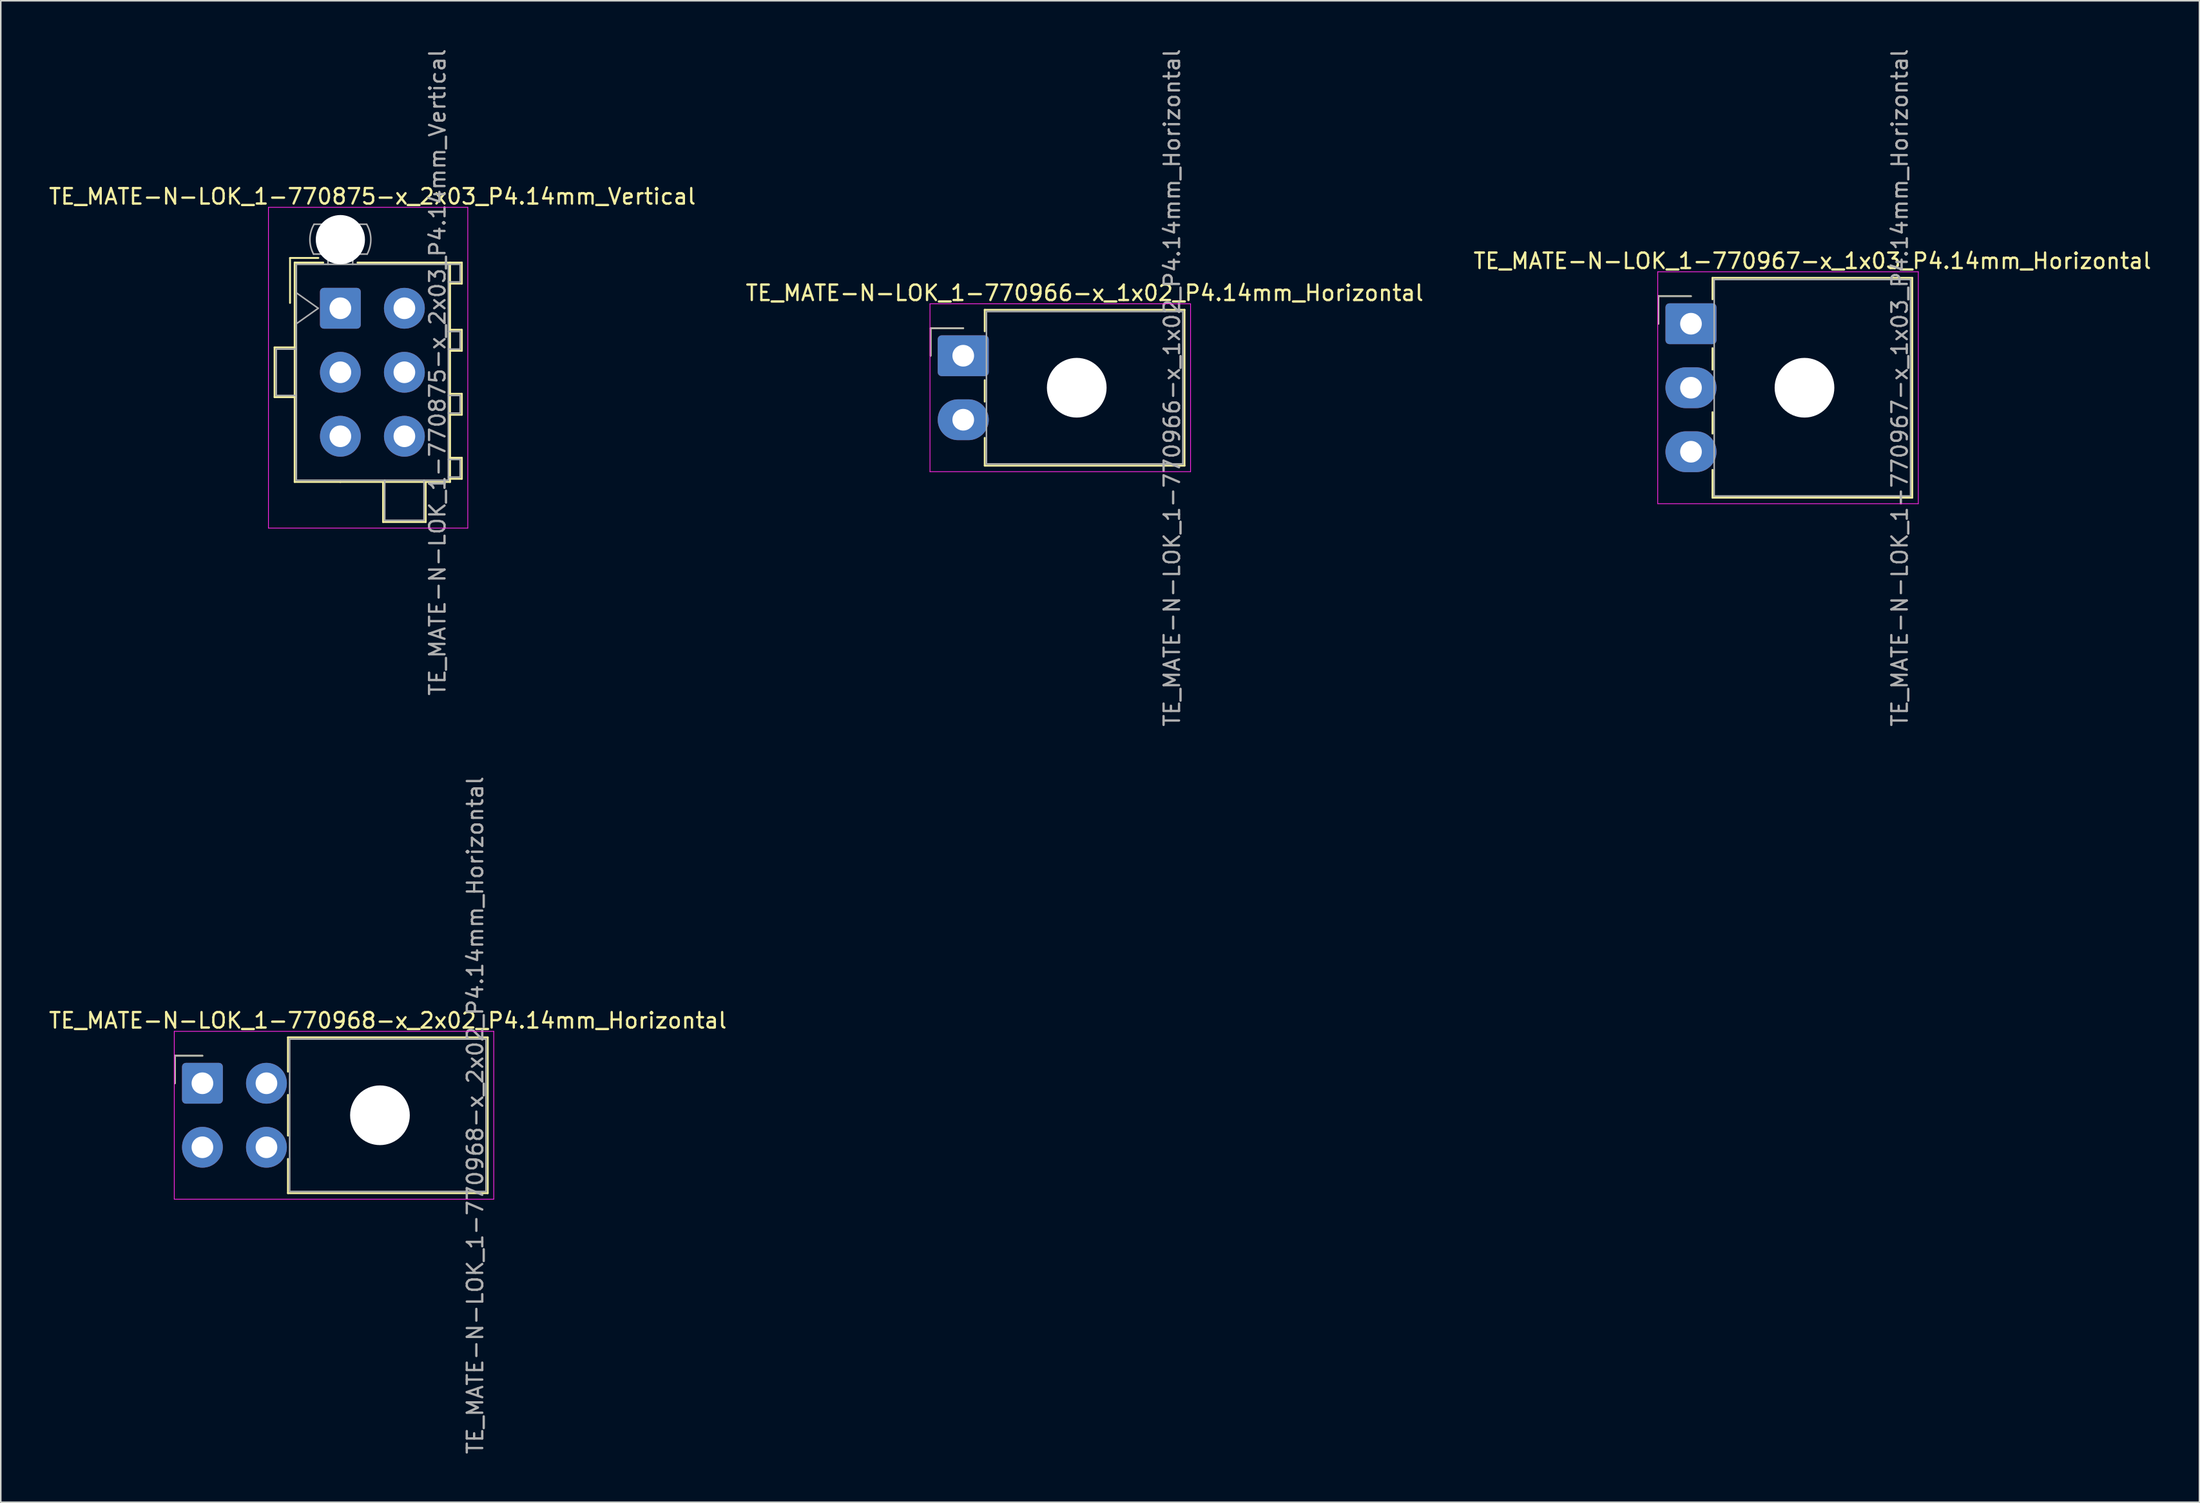
<source format=kicad_pcb>
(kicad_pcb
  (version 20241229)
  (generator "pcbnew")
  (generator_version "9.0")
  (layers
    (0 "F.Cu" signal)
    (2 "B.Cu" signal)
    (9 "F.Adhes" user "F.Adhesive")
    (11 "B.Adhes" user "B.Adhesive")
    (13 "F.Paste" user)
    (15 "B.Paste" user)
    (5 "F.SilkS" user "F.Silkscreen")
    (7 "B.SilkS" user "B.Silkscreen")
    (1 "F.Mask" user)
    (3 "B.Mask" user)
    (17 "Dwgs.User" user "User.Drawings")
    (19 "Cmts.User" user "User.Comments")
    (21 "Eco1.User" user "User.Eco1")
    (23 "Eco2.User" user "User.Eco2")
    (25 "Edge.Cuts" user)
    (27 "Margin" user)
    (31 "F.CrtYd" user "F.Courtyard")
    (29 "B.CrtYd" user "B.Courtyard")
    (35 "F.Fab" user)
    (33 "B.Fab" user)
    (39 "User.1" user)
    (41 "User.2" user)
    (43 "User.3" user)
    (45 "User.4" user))
  (footprint "TE_MATE-N-LOK_1-770967-x_1x03_P4.14mm_Horizontal"
    (layer "F.Cu")
    (at 106.299 17.89)
    (property "Reference" "TE_MATE-N-LOK_1-770967-x_1x03_P4.14mm_Horizontal" (at 7.85 -4.06 0) (layer "F.SilkS") (effects (font (size 1 1) (thickness 0.15))))
    (attr through_hole)
    (fp_line (start -2.11 -1.78) (end -2.11 0) (stroke (width 0.12) (type solid)) (layer "F.SilkS"))
    (fp_line (start 0 -1.78) (end -2.11 -1.78) (stroke (width 0.12) (type solid)) (layer "F.SilkS"))
    (fp_line (start 1.39 -2.97) (end 14.31 -2.97) (stroke (width 0.12) (type solid)) (layer "F.SilkS"))
    (fp_line (start 1.39 -1.58) (end 1.39 -2.97) (stroke (width 0.12) (type solid)) (layer "F.SilkS"))
    (fp_line (start 1.39 1.58) (end 1.39 2.968) (stroke (width 0.12) (type solid)) (layer "F.SilkS"))
    (fp_line (start 1.39 5.72) (end 1.39 7.108) (stroke (width 0.12) (type solid)) (layer "F.SilkS"))
    (fp_line (start 1.39 11.25) (end 1.39 9.452) (stroke (width 0.12) (type solid)) (layer "F.SilkS"))
    (fp_line (start 14.31 -2.97) (end 14.31 11.25) (stroke (width 0.12) (type solid)) (layer "F.SilkS"))
    (fp_line (start 14.31 11.25) (end 1.39 11.25) (stroke (width 0.12) (type solid)) (layer "F.SilkS"))
    (fp_line (start -2.15 -3.36) (end -2.15 11.64) (stroke (width 0.05) (type solid)) (layer "F.CrtYd"))
    (fp_line (start -2.15 11.64) (end 14.7 11.64) (stroke (width 0.05) (type solid)) (layer "F.CrtYd"))
    (fp_line (start 14.7 -3.36) (end -2.15 -3.36) (stroke (width 0.05) (type solid)) (layer "F.CrtYd"))
    (fp_line (start 14.7 11.64) (end 14.7 -3.36) (stroke (width 0.05) (type solid)) (layer "F.CrtYd"))
    (fp_line (start -2.11 -1.78) (end -2.11 0) (stroke (width 0.1) (type solid)) (layer "F.Fab"))
    (fp_line (start 0 -1.78) (end -2.11 -1.78) (stroke (width 0.1) (type solid)) (layer "F.Fab"))
    (fp_line (start 1.5 -2.86) (end 1.5 11.14) (stroke (width 0.1) (type solid)) (layer "F.Fab"))
    (fp_line (start 1.5 11.14) (end 14.2 11.14) (stroke (width 0.1) (type solid)) (layer "F.Fab"))
    (fp_line (start 14.2 -2.86) (end 1.5 -2.86) (stroke (width 0.1) (type solid)) (layer "F.Fab"))
    (fp_line (start 14.2 11.14) (end 14.2 -2.86) (stroke (width 0.1) (type solid)) (layer "F.Fab"))
    (fp_text user "${REFERENCE}" (at 13.5 4.14 90) (layer "F.Fab") (effects (font (size 1 1) (thickness 0.15))))
    (pad "" np_thru_hole circle (at 7.34 4.14) (size 3.86 3.86) (drill 3.86) (layers "*.Cu" "*.Mask"))
    (pad "1" thru_hole roundrect (at 0 0) (size 3.3 2.64) (drill 1.4) (layers "*.Cu" "*.Mask") (roundrect_rratio 0.095))
    (pad "2" thru_hole oval (at 0 4.14) (size 3.3 2.64) (drill 1.4) (layers "*.Cu" "*.Mask"))
    (pad "3" thru_hole oval (at 0 8.28) (size 3.3 2.64) (drill 1.4) (layers "*.Cu" "*.Mask")))
  (footprint "TE_MATE-N-LOK_1-770875-x_2x03_P4.14mm_Vertical"
    (layer "F.Cu")
    (at 18.96 16.89)
    (property "Reference" "TE_MATE-N-LOK_1-770875-x_2x03_P4.14mm_Vertical" (at 2.07 -7.23 0) (layer "F.SilkS") (effects (font (size 1 1) (thickness 0.15))))
    (attr through_hole)
    (fp_line (start -4.255 2.53) (end -4.255 5.75) (stroke (width 0.12) (type solid)) (layer "F.SilkS"))
    (fp_line (start -4.255 5.75) (end -2.955 5.75) (stroke (width 0.12) (type solid)) (layer "F.SilkS"))
    (fp_line (start -3.255 -3.255) (end -3.255 -0.345) (stroke (width 0.12) (type solid)) (layer "F.SilkS"))
    (fp_line (start -2.955 -2.955) (end -2.955 11.235) (stroke (width 0.12) (type solid)) (layer "F.SilkS"))
    (fp_line (start -2.955 2.53) (end -4.255 2.53) (stroke (width 0.12) (type solid)) (layer "F.SilkS"))
    (fp_line (start -2.955 11.235) (end 0 11.235) (stroke (width 0.12) (type solid)) (layer "F.SilkS"))
    (fp_line (start -1.421 -3.255) (end -3.255 -3.255) (stroke (width 0.12) (type solid)) (layer "F.SilkS"))
    (fp_line (start -1.103 -2.955) (end -2.955 -2.955) (stroke (width 0.12) (type solid)) (layer "F.SilkS"))
    (fp_line (start 1.103 -2.955) (end 7.095 -2.955) (stroke (width 0.12) (type solid)) (layer "F.SilkS"))
    (fp_line (start 2.76 11.235) (end 2.76 13.826) (stroke (width 0.12) (type solid)) (layer "F.SilkS"))
    (fp_line (start 2.76 13.826) (end 5.52 13.826) (stroke (width 0.12) (type solid)) (layer "F.SilkS"))
    (fp_line (start 5.52 13.826) (end 5.52 11.235) (stroke (width 0.12) (type solid)) (layer "F.SilkS"))
    (fp_line (start 7.095 -2.955) (end 7.095 11.235) (stroke (width 0.12) (type solid)) (layer "F.SilkS"))
    (fp_line (start 7.095 -2.955) (end 7.855 -2.955) (stroke (width 0.12) (type solid)) (layer "F.SilkS"))
    (fp_line (start 7.095 1.39) (end 7.855 1.39) (stroke (width 0.12) (type solid)) (layer "F.SilkS"))
    (fp_line (start 7.095 5.53) (end 7.855 5.53) (stroke (width 0.12) (type solid)) (layer "F.SilkS"))
    (fp_line (start 7.095 9.67) (end 7.855 9.67) (stroke (width 0.12) (type solid)) (layer "F.SilkS"))
    (fp_line (start 7.095 11.235) (end 0 11.235) (stroke (width 0.12) (type solid)) (layer "F.SilkS"))
    (fp_line (start 7.855 -2.955) (end 7.855 -1.595) (stroke (width 0.12) (type solid)) (layer "F.SilkS"))
    (fp_line (start 7.855 -1.595) (end 7.095 -1.595) (stroke (width 0.12) (type solid)) (layer "F.SilkS"))
    (fp_line (start 7.855 1.39) (end 7.855 2.75) (stroke (width 0.12) (type solid)) (layer "F.SilkS"))
    (fp_line (start 7.855 2.75) (end 7.095 2.75) (stroke (width 0.12) (type solid)) (layer "F.SilkS"))
    (fp_line (start 7.855 5.53) (end 7.855 6.89) (stroke (width 0.12) (type solid)) (layer "F.SilkS"))
    (fp_line (start 7.855 6.89) (end 7.095 6.89) (stroke (width 0.12) (type solid)) (layer "F.SilkS"))
    (fp_line (start 7.855 9.67) (end 7.855 11.03) (stroke (width 0.12) (type solid)) (layer "F.SilkS"))
    (fp_line (start 7.855 11.03) (end 7.095 11.03) (stroke (width 0.12) (type solid)) (layer "F.SilkS"))
    (fp_line (start -4.65 -6.53) (end -4.65 14.22) (stroke (width 0.05) (type solid)) (layer "F.CrtYd"))
    (fp_line (start -4.65 14.22) (end 8.24 14.22) (stroke (width 0.05) (type solid)) (layer "F.CrtYd"))
    (fp_line (start 8.24 -6.53) (end -4.65 -6.53) (stroke (width 0.05) (type solid)) (layer "F.CrtYd"))
    (fp_line (start 8.24 14.22) (end 8.24 -6.53) (stroke (width 0.05) (type solid)) (layer "F.CrtYd"))
    (fp_line (start -4.145 2.64) (end -4.145 5.64) (stroke (width 0.1) (type solid)) (layer "F.Fab"))
    (fp_line (start -4.145 5.64) (end -2.845 5.64) (stroke (width 0.1) (type solid)) (layer "F.Fab"))
    (fp_line (start -2.845 -2.845) (end -2.845 11.125) (stroke (width 0.1) (type solid)) (layer "F.Fab"))
    (fp_line (start -2.845 -1) (end -1.431 0) (stroke (width 0.1) (type solid)) (layer "F.Fab"))
    (fp_line (start -2.845 2.64) (end -4.145 2.64) (stroke (width 0.1) (type solid)) (layer "F.Fab"))
    (fp_line (start -2.845 11.125) (end 6.985 11.125) (stroke (width 0.1) (type solid)) (layer "F.Fab"))
    (fp_line (start -1.431 0) (end -2.845 1) (stroke (width 0.1) (type solid)) (layer "F.Fab"))
    (fp_line (start -0.8 -2.845) (end -0.8 -3.505) (stroke (width 0.1) (type solid)) (layer "F.Fab"))
    (fp_line (start 0.8 -2.845) (end 0.8 -3.505) (stroke (width 0.1) (type solid)) (layer "F.Fab"))
    (fp_line (start 1.7 -5.436) (end -1.7 -5.436) (stroke (width 0.1) (type solid)) (layer "F.Fab"))
    (fp_line (start 1.734 -3.505) (end -1.734 -3.505) (stroke (width 0.1) (type solid)) (layer "F.Fab"))
    (fp_line (start 2.87 11.125) (end 2.87 13.716) (stroke (width 0.1) (type solid)) (layer "F.Fab"))
    (fp_line (start 2.87 13.716) (end 5.41 13.716) (stroke (width 0.1) (type solid)) (layer "F.Fab"))
    (fp_line (start 5.41 13.716) (end 5.41 11.125) (stroke (width 0.1) (type solid)) (layer "F.Fab"))
    (fp_line (start 6.985 -2.845) (end -2.845 -2.845) (stroke (width 0.1) (type solid)) (layer "F.Fab"))
    (fp_line (start 6.985 -2.845) (end 7.745 -2.845) (stroke (width 0.1) (type solid)) (layer "F.Fab"))
    (fp_line (start 6.985 1.5) (end 7.745 1.5) (stroke (width 0.1) (type solid)) (layer "F.Fab"))
    (fp_line (start 6.985 5.64) (end 7.745 5.64) (stroke (width 0.1) (type solid)) (layer "F.Fab"))
    (fp_line (start 6.985 9.78) (end 7.745 9.78) (stroke (width 0.1) (type solid)) (layer "F.Fab"))
    (fp_line (start 6.985 11.125) (end 6.985 -2.845) (stroke (width 0.1) (type solid)) (layer "F.Fab"))
    (fp_line (start 7.745 -2.845) (end 7.745 -1.705) (stroke (width 0.1) (type solid)) (layer "F.Fab"))
    (fp_line (start 7.745 -1.705) (end 6.985 -1.705) (stroke (width 0.1) (type solid)) (layer "F.Fab"))
    (fp_line (start 7.745 1.5) (end 7.745 2.64) (stroke (width 0.1) (type solid)) (layer "F.Fab"))
    (fp_line (start 7.745 2.64) (end 6.985 2.64) (stroke (width 0.1) (type solid)) (layer "F.Fab"))
    (fp_line (start 7.745 5.64) (end 7.745 6.78) (stroke (width 0.1) (type solid)) (layer "F.Fab"))
    (fp_line (start 7.745 6.78) (end 6.985 6.78) (stroke (width 0.1) (type solid)) (layer "F.Fab"))
    (fp_line (start 7.745 9.78) (end 7.745 10.92) (stroke (width 0.1) (type solid)) (layer "F.Fab"))
    (fp_line (start 7.745 10.92) (end 6.985 10.92) (stroke (width 0.1) (type solid)) (layer "F.Fab"))
    (fp_arc (start -1.733977 -3.505) (mid -1.96969 -4.474992) (end -1.699672 -5.436) (stroke (width 0.1) (type solid)) (layer "F.Fab"))
    (fp_arc (start 1.699672 -5.436) (mid 1.969689 -4.474992) (end 1.733977 -3.505) (stroke (width 0.1) (type solid)) (layer "F.Fab"))
    (fp_text user "${REFERENCE}" (at 6.28 4.14 90) (layer "F.Fab") (effects (font (size 1 1) (thickness 0.15))))
    (pad "" np_thru_hole circle (at 0 -4.44) (size 3.18 3.18) (drill 3.18) (layers "*.Cu" "*.Mask"))
    (pad "1" thru_hole roundrect (at 0 0) (size 2.64 2.64) (drill 1.4) (layers "*.Cu" "*.Mask") (roundrect_rratio 0.095))
    (pad "2" thru_hole circle (at 0 4.14) (size 2.64 2.64) (drill 1.4) (layers "*.Cu" "*.Mask"))
    (pad "3" thru_hole circle (at 0 8.28) (size 2.64 2.64) (drill 1.4) (layers "*.Cu" "*.Mask"))
    (pad "4" thru_hole circle (at 4.14 0) (size 2.64 2.64) (drill 1.4) (layers "*.Cu" "*.Mask"))
    (pad "5" thru_hole circle (at 4.14 4.14) (size 2.64 2.64) (drill 1.4) (layers "*.Cu" "*.Mask"))
    (pad "6" thru_hole circle (at 4.14 8.28) (size 2.64 2.64) (drill 1.4) (layers "*.Cu" "*.Mask")))
  (footprint "TE_MATE-N-LOK_1-770966-x_1x02_P4.14mm_Horizontal"
    (layer "F.Cu")
    (at 59.239 19.96)
    (property "Reference" "TE_MATE-N-LOK_1-770966-x_1x02_P4.14mm_Horizontal" (at 7.85 -4.06 0) (layer "F.SilkS") (effects (font (size 1 1) (thickness 0.15))))
    (attr through_hole)
    (fp_line (start -2.11 -1.78) (end -2.11 0) (stroke (width 0.12) (type solid)) (layer "F.SilkS"))
    (fp_line (start 0 -1.78) (end -2.11 -1.78) (stroke (width 0.12) (type solid)) (layer "F.SilkS"))
    (fp_line (start 1.39 -2.97) (end 14.31 -2.97) (stroke (width 0.12) (type solid)) (layer "F.SilkS"))
    (fp_line (start 1.39 -1.58) (end 1.39 -2.97) (stroke (width 0.12) (type solid)) (layer "F.SilkS"))
    (fp_line (start 1.39 1.58) (end 1.39 2.968) (stroke (width 0.12) (type solid)) (layer "F.SilkS"))
    (fp_line (start 1.39 7.11) (end 1.39 5.312) (stroke (width 0.12) (type solid)) (layer "F.SilkS"))
    (fp_line (start 14.31 -2.97) (end 14.31 7.11) (stroke (width 0.12) (type solid)) (layer "F.SilkS"))
    (fp_line (start 14.31 7.11) (end 1.39 7.11) (stroke (width 0.12) (type solid)) (layer "F.SilkS"))
    (fp_line (start -2.15 -3.36) (end -2.15 7.5) (stroke (width 0.05) (type solid)) (layer "F.CrtYd"))
    (fp_line (start -2.15 7.5) (end 14.7 7.5) (stroke (width 0.05) (type solid)) (layer "F.CrtYd"))
    (fp_line (start 14.7 -3.36) (end -2.15 -3.36) (stroke (width 0.05) (type solid)) (layer "F.CrtYd"))
    (fp_line (start 14.7 7.5) (end 14.7 -3.36) (stroke (width 0.05) (type solid)) (layer "F.CrtYd"))
    (fp_line (start -2.11 -1.78) (end -2.11 0) (stroke (width 0.1) (type solid)) (layer "F.Fab"))
    (fp_line (start 0 -1.78) (end -2.11 -1.78) (stroke (width 0.1) (type solid)) (layer "F.Fab"))
    (fp_line (start 1.5 -2.86) (end 1.5 7) (stroke (width 0.1) (type solid)) (layer "F.Fab"))
    (fp_line (start 1.5 7) (end 14.2 7) (stroke (width 0.1) (type solid)) (layer "F.Fab"))
    (fp_line (start 14.2 -2.86) (end 1.5 -2.86) (stroke (width 0.1) (type solid)) (layer "F.Fab"))
    (fp_line (start 14.2 7) (end 14.2 -2.86) (stroke (width 0.1) (type solid)) (layer "F.Fab"))
    (fp_text user "${REFERENCE}" (at 13.5 2.07 90) (layer "F.Fab") (effects (font (size 1 1) (thickness 0.15))))
    (pad "" np_thru_hole circle (at 7.34 2.07) (size 3.86 3.86) (drill 3.86) (layers "*.Cu" "*.Mask"))
    (pad "1" thru_hole roundrect (at 0 0) (size 3.3 2.64) (drill 1.4) (layers "*.Cu" "*.Mask") (roundrect_rratio 0.095))
    (pad "2" thru_hole oval (at 0 4.14) (size 3.3 2.64) (drill 1.4) (layers "*.Cu" "*.Mask")))
  (footprint "TE_MATE-N-LOK_1-770968-x_2x02_P4.14mm_Horizontal"
    (layer "F.Cu")
    (at 10.04 67.019)
    (property "Reference" "TE_MATE-N-LOK_1-770968-x_2x02_P4.14mm_Horizontal" (at 11.99 -4.06 0) (layer "F.SilkS") (effects (font (size 1 1) (thickness 0.15))))
    (attr through_hole)
    (fp_line (start -1.78 -1.78) (end -1.78 0) (stroke (width 0.12) (type solid)) (layer "F.SilkS"))
    (fp_line (start 0 -1.78) (end -1.78 -1.78) (stroke (width 0.12) (type solid)) (layer "F.SilkS"))
    (fp_line (start 5.53 -2.97) (end 18.45 -2.97) (stroke (width 0.12) (type solid)) (layer "F.SilkS"))
    (fp_line (start 5.53 -0.751) (end 5.53 -2.97) (stroke (width 0.12) (type solid)) (layer "F.SilkS"))
    (fp_line (start 5.53 0.751) (end 5.53 3.389) (stroke (width 0.12) (type solid)) (layer "F.SilkS"))
    (fp_line (start 5.53 7.11) (end 5.53 4.891) (stroke (width 0.12) (type solid)) (layer "F.SilkS"))
    (fp_line (start 18.45 -2.97) (end 18.45 7.11) (stroke (width 0.12) (type solid)) (layer "F.SilkS"))
    (fp_line (start 18.45 7.11) (end 5.53 7.11) (stroke (width 0.12) (type solid)) (layer "F.SilkS"))
    (fp_line (start -1.82 -3.36) (end -1.82 7.5) (stroke (width 0.05) (type solid)) (layer "F.CrtYd"))
    (fp_line (start -1.82 7.5) (end 18.84 7.5) (stroke (width 0.05) (type solid)) (layer "F.CrtYd"))
    (fp_line (start 18.84 -3.36) (end -1.82 -3.36) (stroke (width 0.05) (type solid)) (layer "F.CrtYd"))
    (fp_line (start 18.84 7.5) (end 18.84 -3.36) (stroke (width 0.05) (type solid)) (layer "F.CrtYd"))
    (fp_line (start -1.78 -1.78) (end -1.78 0) (stroke (width 0.1) (type solid)) (layer "F.Fab"))
    (fp_line (start 0 -1.78) (end -1.78 -1.78) (stroke (width 0.1) (type solid)) (layer "F.Fab"))
    (fp_line (start 5.64 -2.86) (end 5.64 7) (stroke (width 0.1) (type solid)) (layer "F.Fab"))
    (fp_line (start 5.64 7) (end 18.34 7) (stroke (width 0.1) (type solid)) (layer "F.Fab"))
    (fp_line (start 18.34 -2.86) (end 5.64 -2.86) (stroke (width 0.1) (type solid)) (layer "F.Fab"))
    (fp_line (start 18.34 7) (end 18.34 -2.86) (stroke (width 0.1) (type solid)) (layer "F.Fab"))
    (fp_text user "${REFERENCE}" (at 17.64 2.07 90) (layer "F.Fab") (effects (font (size 1 1) (thickness 0.15))))
    (pad "" np_thru_hole circle (at 11.48 2.07) (size 3.86 3.86) (drill 3.86) (layers "*.Cu" "*.Mask"))
    (pad "1" thru_hole roundrect (at 0 0) (size 2.64 2.64) (drill 1.4) (layers "*.Cu" "*.Mask") (roundrect_rratio 0.095))
    (pad "2" thru_hole circle (at 0 4.14) (size 2.64 2.64) (drill 1.4) (layers "*.Cu" "*.Mask"))
    (pad "3" thru_hole circle (at 4.14 0) (size 2.64 2.64) (drill 1.4) (layers "*.Cu" "*.Mask"))
    (pad "4" thru_hole circle (at 4.14 4.14) (size 2.64 2.64) (drill 1.4) (layers "*.Cu" "*.Mask")))
  (gr_rect
    (start -3 -3)
    (end 139.179 94.119)
    (stroke (width 0.1) (type default))
    (fill no)
    (layer "Edge.Cuts")))
</source>
